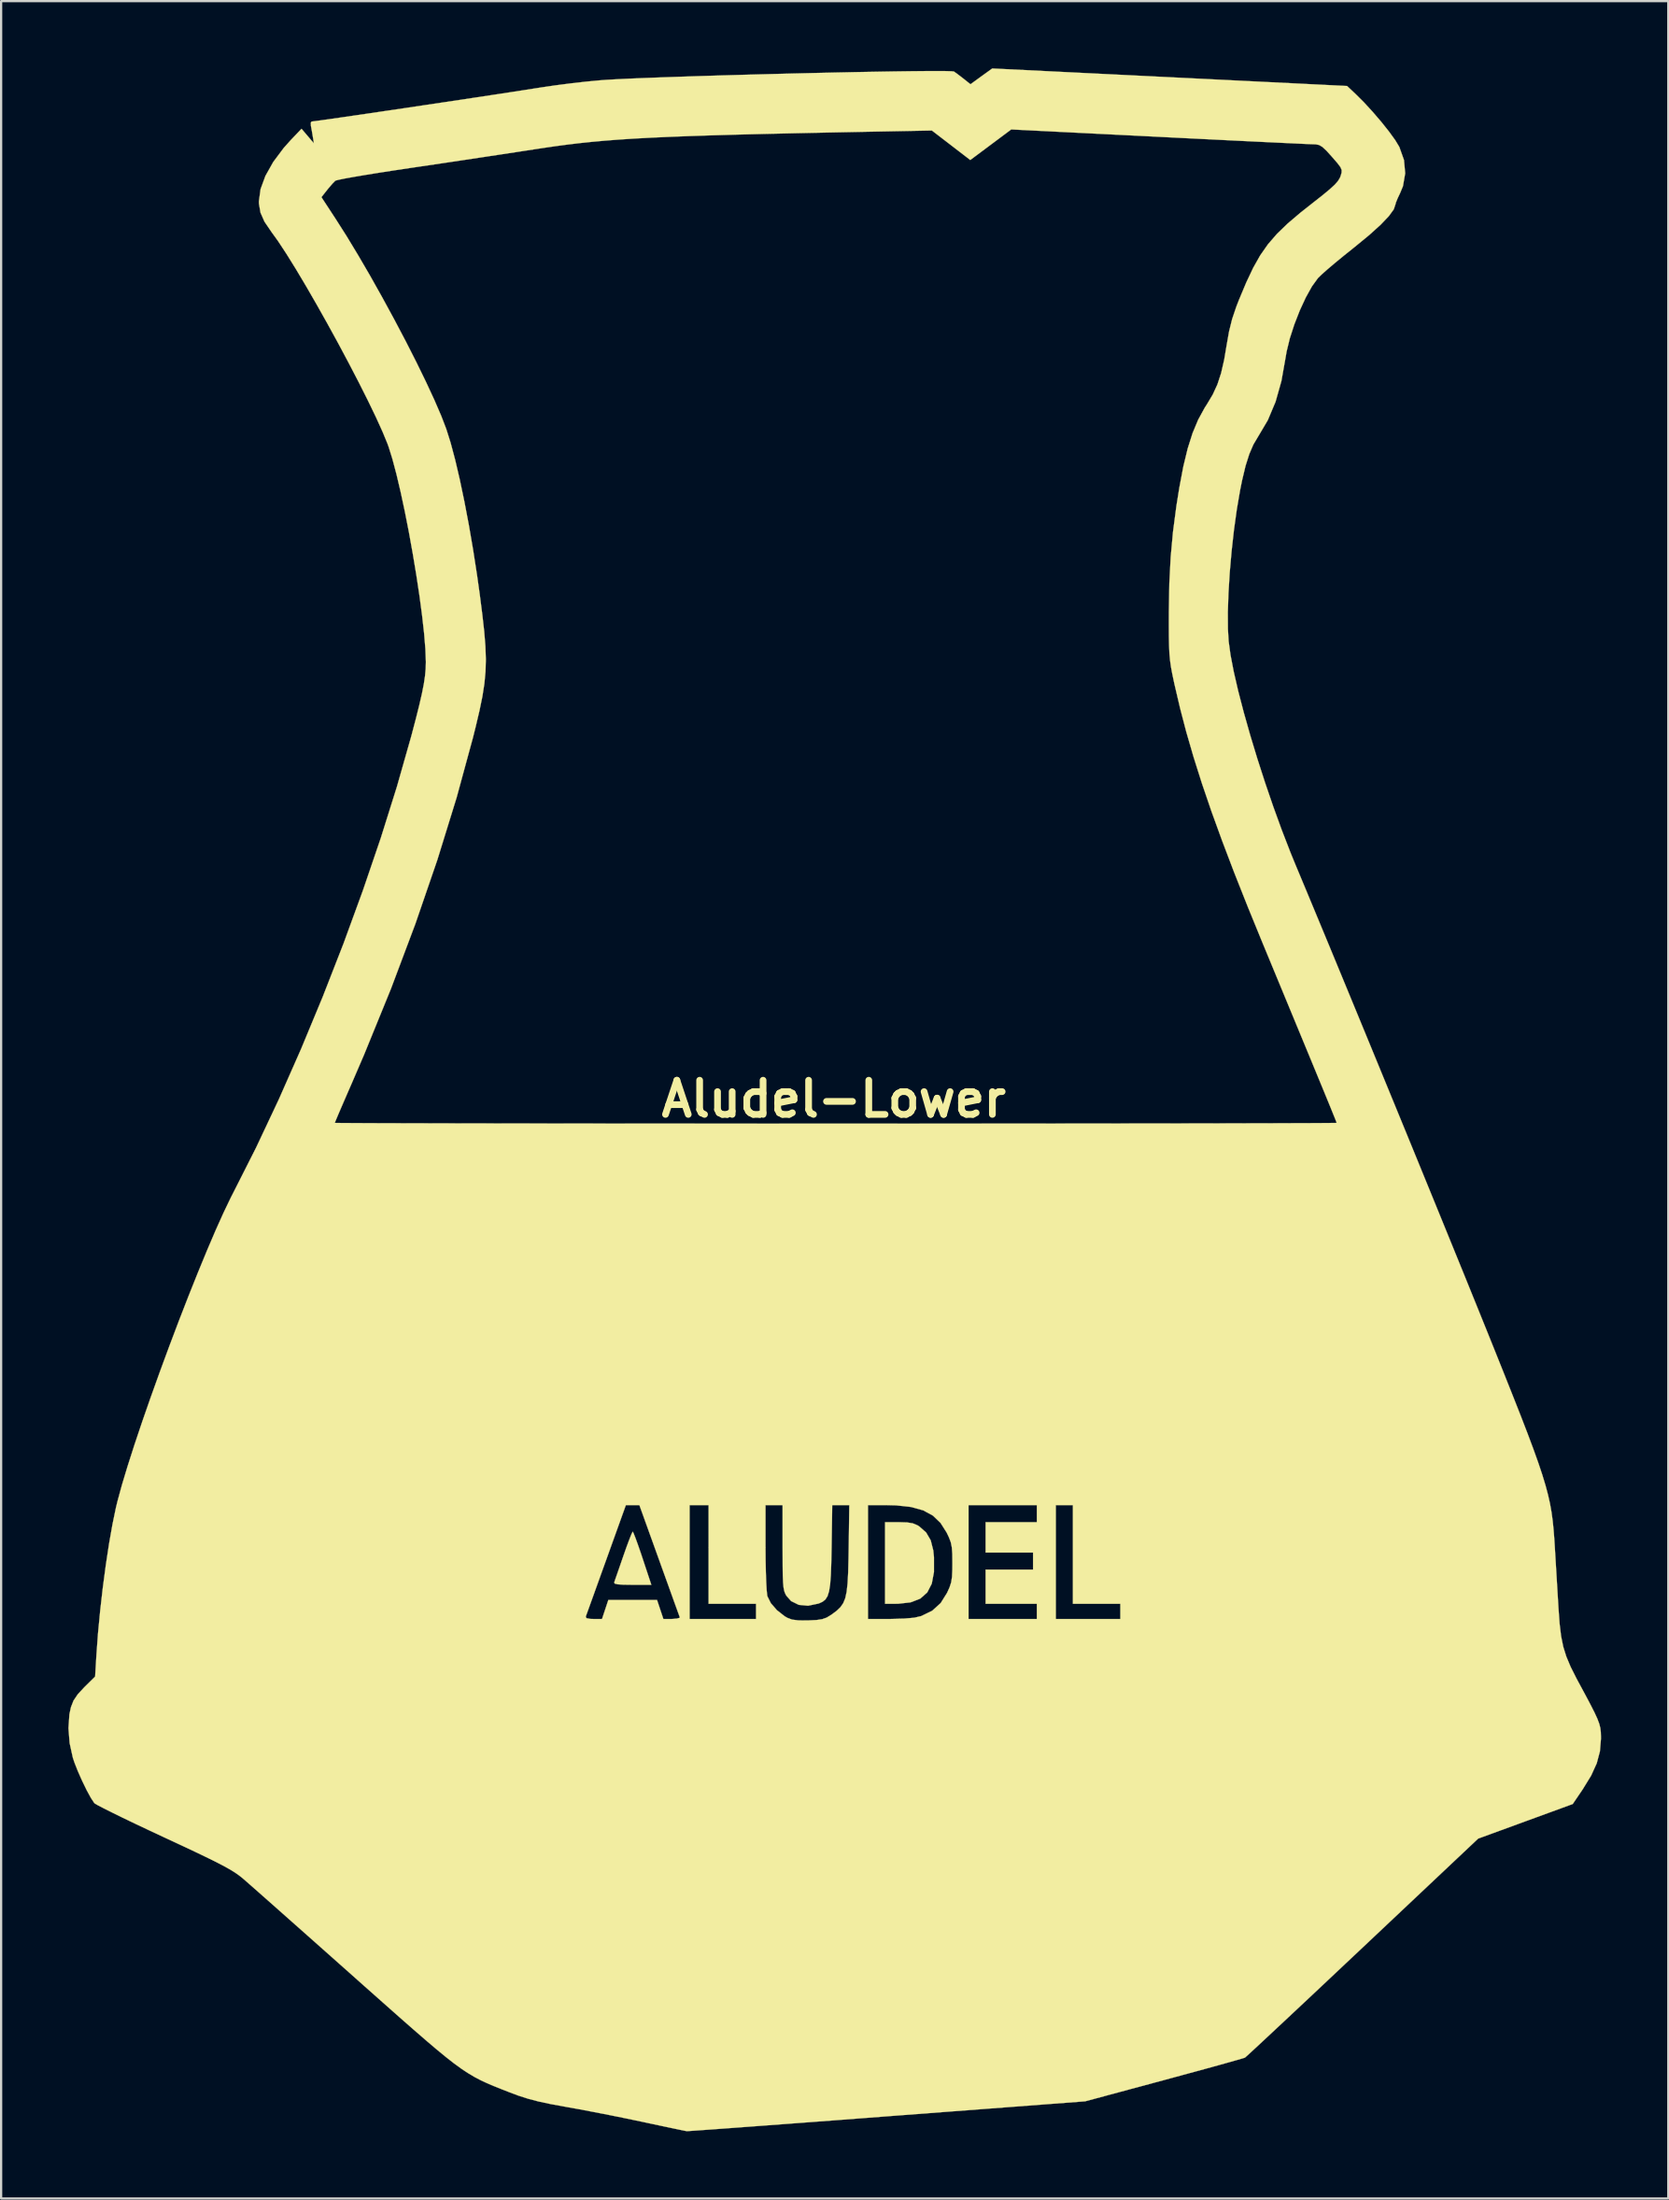
<source format=kicad_pcb>
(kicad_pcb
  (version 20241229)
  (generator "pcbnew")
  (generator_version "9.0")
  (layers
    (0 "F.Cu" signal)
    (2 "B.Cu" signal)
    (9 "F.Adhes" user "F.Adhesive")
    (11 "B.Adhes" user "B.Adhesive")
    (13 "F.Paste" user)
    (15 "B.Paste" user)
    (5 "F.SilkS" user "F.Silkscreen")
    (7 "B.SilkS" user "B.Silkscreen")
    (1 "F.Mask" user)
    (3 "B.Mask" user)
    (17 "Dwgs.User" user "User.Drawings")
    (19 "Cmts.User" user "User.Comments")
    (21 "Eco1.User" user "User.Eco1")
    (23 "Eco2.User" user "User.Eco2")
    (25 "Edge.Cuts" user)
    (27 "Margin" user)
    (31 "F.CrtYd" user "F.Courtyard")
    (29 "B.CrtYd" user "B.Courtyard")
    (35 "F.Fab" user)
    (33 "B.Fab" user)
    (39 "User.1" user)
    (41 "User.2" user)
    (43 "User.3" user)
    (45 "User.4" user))
  (footprint "Aludel-Lower"
    (layer "F.Cu")
    (at 34.156 45.975)
    (property "Reference" "Aludel-Lower" (at 0 0 0) (layer "F.SilkS") (effects (font (size 1.524 1.524) (thickness 0.3))))
    (attr through_hole)
    (fp_poly (pts (xy 3.272 18.892) (xy 3.526 18.933) (xy 3.725 19.016) (xy 3.814 19.071) (xy 4.12 19.342) (xy 4.323 19.688) (xy 4.438 20.141) (xy 4.469 20.448) (xy 4.469 21.103) (xy 4.371 21.623) (xy 4.168 22.017) (xy 3.854 22.293) (xy 3.423 22.458) (xy 2.868 22.52) (xy 2.773 22.521) (xy 2.286 22.521) (xy 2.286 18.881) (xy 2.908 18.881) (xy 3.272 18.892)) (stroke (width 0.01) (type solid)) (fill yes) (layer "F.SilkS"))
    (fp_poly (pts (xy -8.932 19.38) (xy -8.85 19.589) (xy -8.736 19.903) (xy -8.601 20.293) (xy -8.536 20.489) (xy -8.143 21.675) (xy -8.991 21.675) (xy -9.394 21.669) (xy -9.65 21.652) (xy -9.778 21.619) (xy -9.8 21.569) (xy -9.76 21.453) (xy -9.675 21.21) (xy -9.558 20.873) (xy -9.421 20.476) (xy -9.389 20.384) (xy -9.25 19.989) (xy -9.127 19.659) (xy -9.033 19.423) (xy -8.979 19.31) (xy -8.973 19.305) (xy -8.932 19.38)) (stroke (width 0.01) (type solid)) (fill yes) (layer "F.SilkS"))
    (fp_poly (pts (xy 14.986 -45.58) (xy 22.902 -45.189) (xy 23.272 -44.841) (xy 23.651 -44.464) (xy 24.045 -44.035) (xy 24.428 -43.589) (xy 24.772 -43.157) (xy 25.049 -42.775) (xy 25.231 -42.474) (xy 25.234 -42.468) (xy 25.441 -41.886) (xy 25.495 -41.293) (xy 25.396 -40.721) (xy 25.273 -40.422) (xy 25.156 -40.174) (xy 25.079 -39.983) (xy 25.062 -39.914) (xy 24.987 -39.689) (xy 24.766 -39.384) (xy 24.401 -39.001) (xy 23.893 -38.542) (xy 23.244 -38.009) (xy 23.202 -37.976) (xy 22.774 -37.633) (xy 22.374 -37.305) (xy 22.03 -37.013) (xy 21.766 -36.779) (xy 21.608 -36.626) (xy 21.602 -36.619) (xy 21.335 -36.25) (xy 21.059 -35.754) (xy 20.791 -35.175) (xy 20.548 -34.552) (xy 20.346 -33.928) (xy 20.204 -33.344) (xy 20.16 -33.086) (xy 19.972 -32.027) (xy 19.71 -31.1) (xy 19.365 -30.281) (xy 18.935 -29.554) (xy 18.721 -29.194) (xy 18.537 -28.765) (xy 18.371 -28.241) (xy 18.216 -27.592) (xy 18.129 -27.159) (xy 17.982 -26.303) (xy 17.854 -25.381) (xy 17.748 -24.427) (xy 17.665 -23.475) (xy 17.609 -22.559) (xy 17.581 -21.711) (xy 17.585 -20.966) (xy 17.617 -20.421) (xy 17.701 -19.806) (xy 17.845 -19.058) (xy 18.043 -18.2) (xy 18.289 -17.254) (xy 18.575 -16.242) (xy 18.895 -15.187) (xy 19.242 -14.112) (xy 19.609 -13.039) (xy 19.99 -11.991) (xy 20.378 -10.989) (xy 20.596 -10.456) (xy 21.051 -9.367) (xy 21.556 -8.152) (xy 22.104 -6.832) (xy 22.686 -5.424) (xy 23.295 -3.948) (xy 23.923 -2.424) (xy 24.562 -0.87) (xy 25.205 0.695) (xy 25.843 2.251) (xy 26.468 3.779) (xy 27.073 5.26) (xy 27.65 6.676) (xy 28.192 8.006) (xy 28.689 9.233) (xy 29.135 10.336) (xy 29.422 11.049) (xy 29.892 12.222) (xy 30.302 13.253) (xy 30.658 14.155) (xy 30.962 14.943) (xy 31.219 15.63) (xy 31.434 16.231) (xy 31.611 16.761) (xy 31.754 17.232) (xy 31.868 17.659) (xy 31.957 18.056) (xy 32.025 18.438) (xy 32.077 18.819) (xy 32.116 19.211) (xy 32.149 19.631) (xy 32.171 19.981) (xy 32.208 20.6) (xy 32.25 21.3) (xy 32.292 22.004) (xy 32.33 22.632) (xy 32.336 22.733) (xy 32.385 23.41) (xy 32.452 23.963) (xy 32.548 24.438) (xy 32.686 24.879) (xy 32.877 25.333) (xy 33.134 25.843) (xy 33.214 25.993) (xy 33.527 26.573) (xy 33.768 27.028) (xy 33.947 27.381) (xy 34.073 27.656) (xy 34.155 27.875) (xy 34.202 28.062) (xy 34.224 28.242) (xy 34.23 28.436) (xy 34.23 28.555) (xy 34.184 29.105) (xy 34.043 29.635) (xy 33.793 30.185) (xy 33.419 30.793) (xy 33.408 30.81) (xy 32.971 31.454) (xy 30.861 32.225) (xy 28.751 32.997) (xy 23.596 37.856) (xy 22.808 38.597) (xy 22.055 39.306) (xy 21.346 39.973) (xy 20.689 40.589) (xy 20.094 41.146) (xy 19.571 41.635) (xy 19.128 42.048) (xy 18.775 42.376) (xy 18.521 42.61) (xy 18.375 42.742) (xy 18.344 42.768) (xy 18.243 42.801) (xy 17.997 42.872) (xy 17.622 42.978) (xy 17.135 43.114) (xy 16.554 43.274) (xy 15.896 43.453) (xy 15.178 43.648) (xy 14.732 43.769) (xy 11.218 44.716) (xy 2.371 45.386) (xy 1.162 45.478) (xy 0.00028 45.566) (xy -1.103 45.649) (xy -2.137 45.726) (xy -3.09 45.797) (xy -3.951 45.861) (xy -4.709 45.917) (xy -5.353 45.964) (xy -5.871 46.001) (xy -6.253 46.028) (xy -6.487 46.044) (xy -6.562 46.048) (xy -6.666 46.028) (xy -6.91 45.978) (xy -7.272 45.902) (xy -7.726 45.806) (xy -8.247 45.695) (xy -8.551 45.63) (xy -9.221 45.49) (xy -9.95 45.342) (xy -10.683 45.199) (xy -11.366 45.069) (xy -11.942 44.966) (xy -11.973 44.96) (xy -12.637 44.839) (xy -13.179 44.723) (xy -13.647 44.6) (xy -14.088 44.458) (xy -14.458 44.319) (xy -14.84 44.17) (xy -15.178 44.035) (xy -15.483 43.904) (xy -15.769 43.77) (xy -16.047 43.624) (xy -16.328 43.456) (xy -16.625 43.259) (xy -16.949 43.023) (xy -17.312 42.739) (xy -17.726 42.399) (xy -18.203 41.994) (xy -18.755 41.515) (xy -19.394 40.954) (xy -20.131 40.301) (xy -20.979 39.549) (xy -21.336 39.231) (xy -22.091 38.56) (xy -22.822 37.911) (xy -23.516 37.295) (xy -24.162 36.723) (xy -24.747 36.204) (xy -25.261 35.749) (xy -25.691 35.369) (xy -26.025 35.075) (xy -26.252 34.876) (xy -26.332 34.806) (xy -26.492 34.675) (xy -26.668 34.547) (xy -26.879 34.413) (xy -27.14 34.263) (xy -27.469 34.09) (xy -27.882 33.884) (xy -28.397 33.635) (xy -29.031 33.336) (xy -29.8 32.978) (xy -29.888 32.937) (xy -30.556 32.625) (xy -31.178 32.331) (xy -31.736 32.063) (xy -32.213 31.829) (xy -32.592 31.639) (xy -32.856 31.501) (xy -32.987 31.422) (xy -32.997 31.413) (xy -33.15 31.181) (xy -33.338 30.836) (xy -33.538 30.425) (xy -33.728 29.998) (xy -33.885 29.6) (xy -33.956 29.386) (xy -34.099 28.736) (xy -34.151 28.071) (xy -34.109 27.451) (xy -34.041 27.136) (xy -33.926 26.841) (xy -33.737 26.56) (xy -33.442 26.241) (xy -33.441 26.24) (xy -32.961 25.768) (xy -32.903 24.801) (xy -32.833 23.84) (xy -32.761 23.093) (xy -11.069 23.093) (xy -11.038 23.163) (xy -10.866 23.195) (xy -10.726 23.199) (xy -10.343 23.199) (xy -10.062 22.352) (xy -7.888 22.352) (xy -7.747 22.775) (xy -7.606 23.199) (xy -7.225 23.199) (xy -7.005 23.184) (xy -6.882 23.147) (xy -6.872 23.124) (xy -6.907 23.029) (xy -6.992 22.794) (xy -7.12 22.44) (xy -7.283 21.986) (xy -7.475 21.453) (xy -7.689 20.86) (xy -7.788 20.584) (xy -8.676 18.119) (xy -6.435 18.119) (xy -6.435 23.199) (xy -3.471 23.199) (xy -3.471 22.521) (xy -5.588 22.521) (xy -5.588 18.119) (xy -3.048 18.119) (xy -3.048 20.003) (xy -3.044 20.57) (xy -3.033 21.096) (xy -3.017 21.553) (xy -2.997 21.91) (xy -2.973 22.139) (xy -2.964 22.186) (xy -2.81 22.494) (xy -2.538 22.807) (xy -2.192 23.078) (xy -2.074 23.147) (xy -1.867 23.225) (xy -1.581 23.262) (xy -1.174 23.264) (xy -1.129 23.263) (xy -0.765 23.245) (xy -0.513 23.207) (xy -0.316 23.136) (xy -0.119 23.015) (xy -0.078 22.987) (xy 0.13 22.831) (xy 0.293 22.675) (xy 0.417 22.498) (xy 0.509 22.277) (xy 0.572 21.989) (xy 0.614 21.612) (xy 0.64 21.123) (xy 0.656 20.5) (xy 0.663 20.087) (xy 0.691 18.119) (xy 1.524 18.119) (xy 1.524 23.199) (xy 2.529 23.199) (xy 3.14 23.184) (xy 3.596 23.141) (xy 3.899 23.07) (xy 4.391 22.831) (xy 4.768 22.489) (xy 5.052 22.035) (xy 5.165 21.787) (xy 5.236 21.567) (xy 5.274 21.321) (xy 5.289 20.996) (xy 5.291 20.701) (xy 5.287 20.295) (xy 5.266 20.005) (xy 5.22 19.777) (xy 5.137 19.558) (xy 5.036 19.346) (xy 4.763 18.916) (xy 4.42 18.587) (xy 3.988 18.353) (xy 3.447 18.203) (xy 2.778 18.13) (xy 2.324 18.119) (xy 6.011 18.119) (xy 6.011 23.199) (xy 9.059 23.199) (xy 9.059 22.521) (xy 6.773 22.521) (xy 6.773 20.997) (xy 8.89 20.997) (xy 8.89 20.235) (xy 6.773 20.235) (xy 6.773 18.881) (xy 9.059 18.881) (xy 9.059 18.119) (xy 9.906 18.119) (xy 9.906 23.199) (xy 12.785 23.199) (xy 12.785 22.521) (xy 10.668 22.521) (xy 10.668 18.119) (xy 9.906 18.119) (xy 9.059 18.119) (xy 6.011 18.119) (xy 2.324 18.119) (xy 1.524 18.119) (xy 0.691 18.119) (xy -0.071 18.119) (xy -0.099 20.003) (xy -0.113 20.696) (xy -0.133 21.24) (xy -0.164 21.655) (xy -0.212 21.961) (xy -0.28 22.179) (xy -0.374 22.328) (xy -0.499 22.429) (xy -0.658 22.502) (xy -0.687 22.512) (xy -1.149 22.608) (xy -1.564 22.569) (xy -1.905 22.401) (xy -2.116 22.164) (xy -2.172 22.061) (xy -2.214 21.944) (xy -2.244 21.787) (xy -2.264 21.568) (xy -2.277 21.262) (xy -2.283 20.844) (xy -2.285 20.292) (xy -2.286 20.003) (xy -2.286 18.119) (xy -3.048 18.119) (xy -5.588 18.119) (xy -6.435 18.119) (xy -8.676 18.119) (xy -9.279 18.119) (xy -10.154 20.553) (xy -10.374 21.163) (xy -10.576 21.725) (xy -10.753 22.217) (xy -10.898 22.619) (xy -11.003 22.91) (xy -11.061 23.07) (xy -11.069 23.093) (xy -32.761 23.093) (xy -32.736 22.83) (xy -32.619 21.805) (xy -32.485 20.798) (xy -32.34 19.843) (xy -32.187 18.976) (xy -32.032 18.228) (xy -31.964 17.949) (xy -31.767 17.227) (xy -31.512 16.381) (xy -31.208 15.433) (xy -30.863 14.405) (xy -30.484 13.318) (xy -30.08 12.192) (xy -29.659 11.05) (xy -29.229 9.913) (xy -28.797 8.802) (xy -28.372 7.739) (xy -27.962 6.744) (xy -27.575 5.84) (xy -27.218 5.048) (xy -26.901 4.388) (xy -26.8 4.191) (xy -25.781 2.176) (xy -24.767 0.024) (xy -23.771 -2.231) (xy -22.805 -4.558) (xy -21.881 -6.924) (xy -21.014 -9.296) (xy -20.214 -11.642) (xy -19.496 -13.928) (xy -18.871 -16.124) (xy -18.846 -16.214) (xy -18.647 -16.97) (xy -18.492 -17.589) (xy -18.376 -18.095) (xy -18.294 -18.513) (xy -18.241 -18.868) (xy -18.212 -19.184) (xy -18.203 -19.485) (xy -18.203 -19.5) (xy -18.224 -20.066) (xy -18.281 -20.763) (xy -18.371 -21.564) (xy -18.488 -22.443) (xy -18.629 -23.374) (xy -18.788 -24.329) (xy -18.96 -25.283) (xy -19.142 -26.208) (xy -19.329 -27.079) (xy -19.515 -27.869) (xy -19.696 -28.55) (xy -19.867 -29.098) (xy -19.915 -29.23) (xy -20.137 -29.768) (xy -20.432 -30.418) (xy -20.79 -31.16) (xy -21.198 -31.971) (xy -21.643 -32.827) (xy -22.113 -33.708) (xy -22.598 -34.592) (xy -23.083 -35.454) (xy -23.557 -36.275) (xy -24.008 -37.031) (xy -24.424 -37.7) (xy -24.792 -38.26) (xy -25.099 -38.687) (xy -25.404 -39.135) (xy -25.582 -39.539) (xy -25.652 -39.943) (xy -25.654 -40.045) (xy -25.628 -40.229) (xy -22.864 -40.229) (xy -22.237 -39.27) (xy -21.743 -38.495) (xy -21.223 -37.635) (xy -20.687 -36.715) (xy -20.149 -35.756) (xy -19.619 -34.782) (xy -19.109 -33.815) (xy -18.632 -32.877) (xy -18.2 -31.991) (xy -17.824 -31.181) (xy -17.516 -30.468) (xy -17.293 -29.887) (xy -17.1 -29.275) (xy -16.898 -28.517) (xy -16.692 -27.637) (xy -16.487 -26.659) (xy -16.286 -25.605) (xy -16.096 -24.5) (xy -15.92 -23.366) (xy -15.799 -22.504) (xy -15.685 -21.61) (xy -15.6 -20.852) (xy -15.547 -20.196) (xy -15.527 -19.611) (xy -15.542 -19.064) (xy -15.593 -18.524) (xy -15.681 -17.959) (xy -15.809 -17.335) (xy -15.977 -16.622) (xy -16.1 -16.129) (xy -16.832 -13.443) (xy -17.691 -10.667) (xy -18.669 -7.82) (xy -19.761 -4.916) (xy -20.961 -1.974) (xy -21.505 -0.711) (xy -21.724 -0.208) (xy -21.919 0.242) (xy -22.08 0.615) (xy -22.196 0.89) (xy -22.259 1.043) (xy -22.267 1.067) (xy -22.184 1.07) (xy -21.938 1.073) (xy -21.537 1.075) (xy -20.987 1.078) (xy -20.296 1.081) (xy -19.47 1.083) (xy -18.517 1.085) (xy -17.444 1.088) (xy -16.257 1.09) (xy -14.963 1.092) (xy -13.57 1.094) (xy -12.085 1.095) (xy -10.513 1.097) (xy -8.863 1.098) (xy -7.142 1.099) (xy -5.355 1.1) (xy -3.511 1.1) (xy -1.616 1.101) (xy 0.085 1.101) (xy 2.018 1.101) (xy 3.907 1.1) (xy 5.745 1.1) (xy 7.524 1.099) (xy 9.237 1.098) (xy 10.878 1.096) (xy 12.439 1.095) (xy 13.914 1.093) (xy 15.295 1.092) (xy 16.576 1.09) (xy 17.75 1.088) (xy 18.809 1.085) (xy 19.747 1.083) (xy 20.557 1.08) (xy 21.231 1.078) (xy 21.763 1.075) (xy 22.146 1.072) (xy 22.372 1.07) (xy 22.437 1.067) (xy 22.428 1.038) (xy 22.398 0.959) (xy 22.344 0.824) (xy 22.263 0.624) (xy 22.152 0.35) (xy 22.006 -0.006) (xy 21.823 -0.451) (xy 21.599 -0.994) (xy 21.331 -1.644) (xy 21.015 -2.408) (xy 20.648 -3.295) (xy 20.227 -4.313) (xy 19.748 -5.471) (xy 19.208 -6.775) (xy 19.156 -6.9) (xy 18.473 -8.57) (xy 17.864 -10.106) (xy 17.324 -11.526) (xy 16.846 -12.844) (xy 16.425 -14.078) (xy 16.056 -15.244) (xy 15.732 -16.358) (xy 15.45 -17.436) (xy 15.202 -18.495) (xy 15.173 -18.627) (xy 15.1 -18.975) (xy 15.044 -19.275) (xy 15.004 -19.561) (xy 14.976 -19.863) (xy 14.96 -20.214) (xy 14.951 -20.645) (xy 14.949 -21.188) (xy 14.95 -21.717) (xy 14.971 -22.993) (xy 15.031 -24.166) (xy 15.135 -25.302) (xy 15.288 -26.464) (xy 15.416 -27.263) (xy 15.595 -28.21) (xy 15.79 -29.015) (xy 16.008 -29.703) (xy 16.258 -30.301) (xy 16.55 -30.835) (xy 16.649 -30.989) (xy 16.91 -31.426) (xy 17.117 -31.877) (xy 17.282 -32.381) (xy 17.419 -32.978) (xy 17.526 -33.613) (xy 17.637 -34.242) (xy 17.773 -34.789) (xy 17.959 -35.341) (xy 18.074 -35.637) (xy 18.402 -36.419) (xy 18.711 -37.074) (xy 19.027 -37.634) (xy 19.373 -38.129) (xy 19.774 -38.592) (xy 20.253 -39.055) (xy 20.834 -39.548) (xy 21.369 -39.97) (xy 21.809 -40.316) (xy 22.13 -40.582) (xy 22.354 -40.788) (xy 22.498 -40.953) (xy 22.584 -41.096) (xy 22.611 -41.164) (xy 22.657 -41.318) (xy 22.661 -41.44) (xy 22.607 -41.568) (xy 22.477 -41.742) (xy 22.254 -42) (xy 22.226 -42.032) (xy 21.979 -42.305) (xy 21.8 -42.471) (xy 21.653 -42.557) (xy 21.501 -42.587) (xy 21.431 -42.589) (xy 21.3 -42.593) (xy 21.012 -42.605) (xy 20.583 -42.625) (xy 20.025 -42.651) (xy 19.353 -42.683) (xy 18.58 -42.72) (xy 17.719 -42.762) (xy 16.785 -42.808) (xy 15.79 -42.857) (xy 14.749 -42.909) (xy 14.521 -42.921) (xy 7.917 -43.251) (xy 7.003 -42.569) (xy 6.089 -41.887) (xy 5.233 -42.545) (xy 4.376 -43.203) (xy 1.447 -43.147) (xy -0.223 -43.114) (xy -1.736 -43.082) (xy -3.104 -43.051) (xy -4.337 -43.02) (xy -5.448 -42.988) (xy -6.448 -42.955) (xy -7.35 -42.92) (xy -8.164 -42.883) (xy -8.904 -42.843) (xy -9.58 -42.799) (xy -10.204 -42.751) (xy -10.789 -42.698) (xy -11.345 -42.64) (xy -11.885 -42.575) (xy -12.42 -42.504) (xy -12.962 -42.425) (xy -13.293 -42.375) (xy -13.976 -42.27) (xy -14.785 -42.147) (xy -15.678 -42.012) (xy -16.614 -41.871) (xy -17.55 -41.731) (xy -18.445 -41.599) (xy -18.918 -41.529) (xy -19.639 -41.421) (xy -20.309 -41.317) (xy -20.91 -41.22) (xy -21.422 -41.133) (xy -21.827 -41.06) (xy -22.105 -41.003) (xy -22.238 -40.967) (xy -22.244 -40.963) (xy -22.364 -40.841) (xy -22.533 -40.645) (xy -22.611 -40.549) (xy -22.864 -40.229) (xy -25.628 -40.229) (xy -25.579 -40.587) (xy -25.362 -41.179) (xy -25.013 -41.8) (xy -24.543 -42.428) (xy -24.23 -42.778) (xy -23.751 -43.28) (xy -23.199 -42.63) (xy -23.247 -42.926) (xy -23.291 -43.188) (xy -23.332 -43.409) (xy -23.333 -43.413) (xy -23.336 -43.56) (xy -23.299 -43.603) (xy -23.188 -43.616) (xy -22.927 -43.651) (xy -22.534 -43.706) (xy -22.026 -43.779) (xy -21.42 -43.867) (xy -20.733 -43.967) (xy -19.984 -44.078) (xy -19.189 -44.195) (xy -18.366 -44.318) (xy -17.532 -44.442) (xy -16.705 -44.566) (xy -15.903 -44.687) (xy -15.142 -44.802) (xy -14.44 -44.909) (xy -13.814 -45.006) (xy -13.282 -45.089) (xy -13.039 -45.127) (xy -12.418 -45.218) (xy -11.735 -45.306) (xy -11.055 -45.383) (xy -10.443 -45.441) (xy -10.16 -45.462) (xy -9.708 -45.488) (xy -9.135 -45.516) (xy -8.457 -45.544) (xy -7.687 -45.573) (xy -6.84 -45.602) (xy -5.931 -45.632) (xy -4.973 -45.661) (xy -3.983 -45.689) (xy -2.973 -45.716) (xy -1.958 -45.742) (xy -0.954 -45.766) (xy 0.026 -45.788) (xy 0.967 -45.808) (xy 1.855 -45.824) (xy 2.675 -45.838) (xy 3.412 -45.848) (xy 4.053 -45.854) (xy 4.583 -45.856) (xy 4.987 -45.854) (xy 5.251 -45.846) (xy 5.36 -45.834) (xy 5.36 -45.833) (xy 5.483 -45.747) (xy 5.68 -45.598) (xy 5.78 -45.52) (xy 6.098 -45.267) (xy 6.33 -45.435) (xy 6.569 -45.609) (xy 6.816 -45.787) (xy 7.07 -45.97) (xy 14.986 -45.58)) (stroke (width 0.01) (type solid)) (fill yes) (layer "F.SilkS")))
  (gr_rect
    (start -3 -3)
    (end 71.391 95.028)
    (stroke (width 0.1) (type default))
    (fill no)
    (layer "Edge.Cuts")))
</source>
